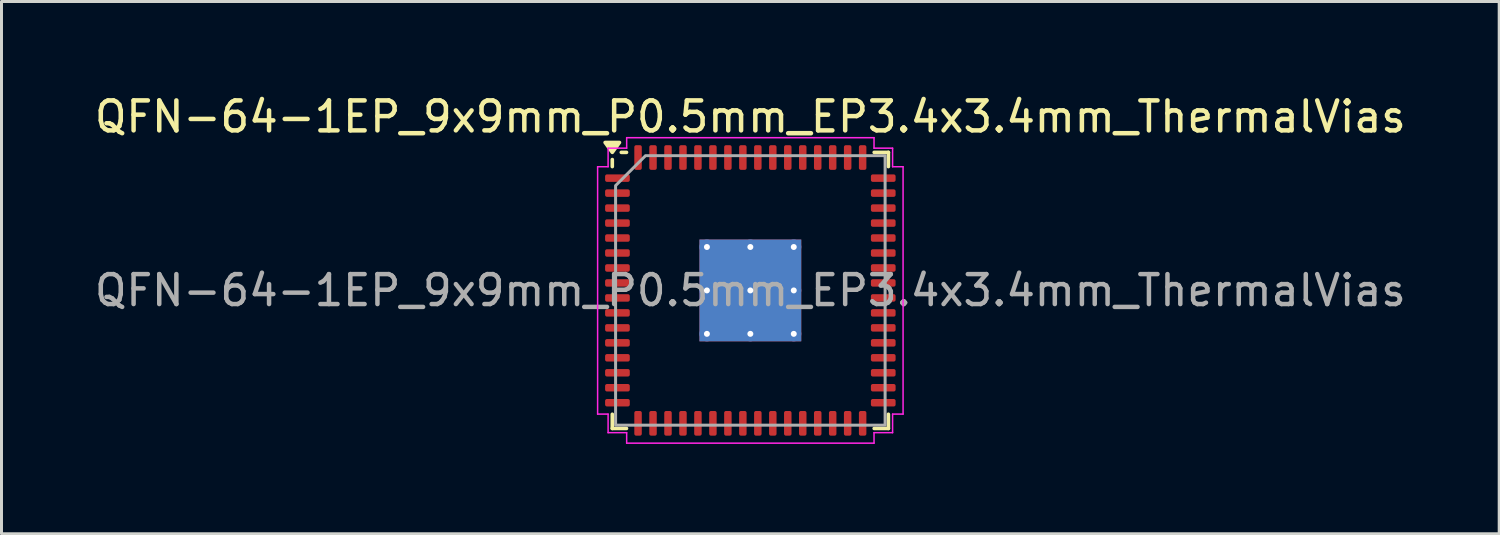
<source format=kicad_pcb>
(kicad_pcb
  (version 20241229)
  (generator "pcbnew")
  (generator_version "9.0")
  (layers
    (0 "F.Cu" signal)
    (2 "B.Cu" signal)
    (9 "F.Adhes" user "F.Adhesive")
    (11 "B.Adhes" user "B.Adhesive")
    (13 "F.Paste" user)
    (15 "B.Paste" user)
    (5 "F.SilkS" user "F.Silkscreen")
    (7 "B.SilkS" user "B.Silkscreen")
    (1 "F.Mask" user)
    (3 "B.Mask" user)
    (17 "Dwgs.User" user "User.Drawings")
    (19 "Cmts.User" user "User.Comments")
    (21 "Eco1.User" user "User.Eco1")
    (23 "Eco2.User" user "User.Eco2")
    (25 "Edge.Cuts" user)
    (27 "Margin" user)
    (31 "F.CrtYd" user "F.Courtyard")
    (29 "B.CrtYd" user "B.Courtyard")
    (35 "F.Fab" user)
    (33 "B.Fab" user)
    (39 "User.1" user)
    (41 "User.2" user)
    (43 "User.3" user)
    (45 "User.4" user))
  (footprint "QFN-64-1EP_9x9mm_P0.5mm_EP3.4x3.4mm_ThermalVias"
    (layer "F.Cu")
    (at 22.006 6.648)
    (property "Reference" "QFN-64-1EP_9x9mm_P0.5mm_EP3.4x3.4mm_ThermalVias" (at 0 -5.8 0) (layer "F.SilkS") (effects (font (size 1 1) (thickness 0.15))))
    (attr smd)
    (fp_line (start -4.61 -4.135) (end -4.61 -4.37) (stroke (width 0.12) (type solid)) (layer "F.SilkS"))
    (fp_line (start -4.61 4.61) (end -4.61 4.135) (stroke (width 0.12) (type solid)) (layer "F.SilkS"))
    (fp_line (start -4.135 -4.61) (end -4.31 -4.61) (stroke (width 0.12) (type solid)) (layer "F.SilkS"))
    (fp_line (start -4.135 4.61) (end -4.61 4.61) (stroke (width 0.12) (type solid)) (layer "F.SilkS"))
    (fp_line (start 4.135 -4.61) (end 4.61 -4.61) (stroke (width 0.12) (type solid)) (layer "F.SilkS"))
    (fp_line (start 4.135 4.61) (end 4.61 4.61) (stroke (width 0.12) (type solid)) (layer "F.SilkS"))
    (fp_line (start 4.61 -4.61) (end 4.61 -4.135) (stroke (width 0.12) (type solid)) (layer "F.SilkS"))
    (fp_line (start 4.61 4.61) (end 4.61 4.135) (stroke (width 0.12) (type solid)) (layer "F.SilkS"))
    (fp_poly (pts (xy -4.61 -4.61) (xy -4.85 -4.94) (xy -4.37 -4.94)) (stroke (width 0.12) (type solid)) (fill yes) (layer "F.SilkS"))
    (fp_line (start -5.1 -4.13) (end -4.75 -4.13) (stroke (width 0.05) (type solid)) (layer "F.CrtYd"))
    (fp_line (start -5.1 4.13) (end -5.1 -4.13) (stroke (width 0.05) (type solid)) (layer "F.CrtYd"))
    (fp_line (start -4.75 -4.75) (end -4.13 -4.75) (stroke (width 0.05) (type solid)) (layer "F.CrtYd"))
    (fp_line (start -4.75 -4.13) (end -4.75 -4.75) (stroke (width 0.05) (type solid)) (layer "F.CrtYd"))
    (fp_line (start -4.75 4.13) (end -5.1 4.13) (stroke (width 0.05) (type solid)) (layer "F.CrtYd"))
    (fp_line (start -4.75 4.75) (end -4.75 4.13) (stroke (width 0.05) (type solid)) (layer "F.CrtYd"))
    (fp_line (start -4.13 -5.1) (end 4.13 -5.1) (stroke (width 0.05) (type solid)) (layer "F.CrtYd"))
    (fp_line (start -4.13 -4.75) (end -4.13 -5.1) (stroke (width 0.05) (type solid)) (layer "F.CrtYd"))
    (fp_line (start -4.13 4.75) (end -4.75 4.75) (stroke (width 0.05) (type solid)) (layer "F.CrtYd"))
    (fp_line (start -4.13 5.1) (end -4.13 4.75) (stroke (width 0.05) (type solid)) (layer "F.CrtYd"))
    (fp_line (start 4.13 -5.1) (end 4.13 -4.75) (stroke (width 0.05) (type solid)) (layer "F.CrtYd"))
    (fp_line (start 4.13 -4.75) (end 4.75 -4.75) (stroke (width 0.05) (type solid)) (layer "F.CrtYd"))
    (fp_line (start 4.13 4.75) (end 4.13 5.1) (stroke (width 0.05) (type solid)) (layer "F.CrtYd"))
    (fp_line (start 4.13 5.1) (end -4.13 5.1) (stroke (width 0.05) (type solid)) (layer "F.CrtYd"))
    (fp_line (start 4.75 -4.75) (end 4.75 -4.13) (stroke (width 0.05) (type solid)) (layer "F.CrtYd"))
    (fp_line (start 4.75 -4.13) (end 5.1 -4.13) (stroke (width 0.05) (type solid)) (layer "F.CrtYd"))
    (fp_line (start 4.75 4.13) (end 4.75 4.75) (stroke (width 0.05) (type solid)) (layer "F.CrtYd"))
    (fp_line (start 4.75 4.75) (end 4.13 4.75) (stroke (width 0.05) (type solid)) (layer "F.CrtYd"))
    (fp_line (start 5.1 -4.13) (end 5.1 4.13) (stroke (width 0.05) (type solid)) (layer "F.CrtYd"))
    (fp_line (start 5.1 4.13) (end 4.75 4.13) (stroke (width 0.05) (type solid)) (layer "F.CrtYd"))
    (fp_poly (pts (xy -4.5 -3.5) (xy -4.5 4.5) (xy 4.5 4.5) (xy 4.5 -4.5) (xy -3.5 -4.5)) (stroke (width 0.1) (type solid)) (fill no) (layer "F.Fab"))
    (fp_text user "${REFERENCE}" (at 0 0 0) (layer "F.Fab") (effects (font (size 1 1) (thickness 0.15))))
    (pad "" smd roundrect (at -1.13 -1.13) (size 0.91 0.91) (layers "F.Paste") (roundrect_rratio 0.25))
    (pad "" smd roundrect (at -1.13 0) (size 0.91 0.91) (layers "F.Paste") (roundrect_rratio 0.25))
    (pad "" smd roundrect (at -1.13 1.13) (size 0.91 0.91) (layers "F.Paste") (roundrect_rratio 0.25))
    (pad "" smd roundrect (at 0 -1.13) (size 0.91 0.91) (layers "F.Paste") (roundrect_rratio 0.25))
    (pad "" smd roundrect (at 0 0) (size 0.91 0.91) (layers "F.Paste") (roundrect_rratio 0.25))
    (pad "" smd roundrect (at 0 1.13) (size 0.91 0.91) (layers "F.Paste") (roundrect_rratio 0.25))
    (pad "" smd roundrect (at 1.13 -1.13) (size 0.91 0.91) (layers "F.Paste") (roundrect_rratio 0.25))
    (pad "" smd roundrect (at 1.13 0) (size 0.91 0.91) (layers "F.Paste") (roundrect_rratio 0.25))
    (pad "" smd roundrect (at 1.13 1.13) (size 0.91 0.91) (layers "F.Paste") (roundrect_rratio 0.25))
    (pad "1" smd roundrect (at -4.438 -3.75) (size 0.825 0.25) (layers "F.Cu" "F.Mask" "F.Paste") (roundrect_rratio 0.25))
    (pad "2" smd roundrect (at -4.438 -3.25) (size 0.825 0.25) (layers "F.Cu" "F.Mask" "F.Paste") (roundrect_rratio 0.25))
    (pad "3" smd roundrect (at -4.438 -2.75) (size 0.825 0.25) (layers "F.Cu" "F.Mask" "F.Paste") (roundrect_rratio 0.25))
    (pad "4" smd roundrect (at -4.438 -2.25) (size 0.825 0.25) (layers "F.Cu" "F.Mask" "F.Paste") (roundrect_rratio 0.25))
    (pad "5" smd roundrect (at -4.438 -1.75) (size 0.825 0.25) (layers "F.Cu" "F.Mask" "F.Paste") (roundrect_rratio 0.25))
    (pad "6" smd roundrect (at -4.438 -1.25) (size 0.825 0.25) (layers "F.Cu" "F.Mask" "F.Paste") (roundrect_rratio 0.25))
    (pad "7" smd roundrect (at -4.438 -0.75) (size 0.825 0.25) (layers "F.Cu" "F.Mask" "F.Paste") (roundrect_rratio 0.25))
    (pad "8" smd roundrect (at -4.438 -0.25) (size 0.825 0.25) (layers "F.Cu" "F.Mask" "F.Paste") (roundrect_rratio 0.25))
    (pad "9" smd roundrect (at -4.438 0.25) (size 0.825 0.25) (layers "F.Cu" "F.Mask" "F.Paste") (roundrect_rratio 0.25))
    (pad "10" smd roundrect (at -4.438 0.75) (size 0.825 0.25) (layers "F.Cu" "F.Mask" "F.Paste") (roundrect_rratio 0.25))
    (pad "11" smd roundrect (at -4.438 1.25) (size 0.825 0.25) (layers "F.Cu" "F.Mask" "F.Paste") (roundrect_rratio 0.25))
    (pad "12" smd roundrect (at -4.438 1.75) (size 0.825 0.25) (layers "F.Cu" "F.Mask" "F.Paste") (roundrect_rratio 0.25))
    (pad "13" smd roundrect (at -4.438 2.25) (size 0.825 0.25) (layers "F.Cu" "F.Mask" "F.Paste") (roundrect_rratio 0.25))
    (pad "14" smd roundrect (at -4.438 2.75) (size 0.825 0.25) (layers "F.Cu" "F.Mask" "F.Paste") (roundrect_rratio 0.25))
    (pad "15" smd roundrect (at -4.438 3.25) (size 0.825 0.25) (layers "F.Cu" "F.Mask" "F.Paste") (roundrect_rratio 0.25))
    (pad "16" smd roundrect (at -4.438 3.75) (size 0.825 0.25) (layers "F.Cu" "F.Mask" "F.Paste") (roundrect_rratio 0.25))
    (pad "17" smd roundrect (at -3.75 4.438) (size 0.25 0.825) (layers "F.Cu" "F.Mask" "F.Paste") (roundrect_rratio 0.25))
    (pad "18" smd roundrect (at -3.25 4.438) (size 0.25 0.825) (layers "F.Cu" "F.Mask" "F.Paste") (roundrect_rratio 0.25))
    (pad "19" smd roundrect (at -2.75 4.438) (size 0.25 0.825) (layers "F.Cu" "F.Mask" "F.Paste") (roundrect_rratio 0.25))
    (pad "20" smd roundrect (at -2.25 4.438) (size 0.25 0.825) (layers "F.Cu" "F.Mask" "F.Paste") (roundrect_rratio 0.25))
    (pad "21" smd roundrect (at -1.75 4.438) (size 0.25 0.825) (layers "F.Cu" "F.Mask" "F.Paste") (roundrect_rratio 0.25))
    (pad "22" smd roundrect (at -1.25 4.438) (size 0.25 0.825) (layers "F.Cu" "F.Mask" "F.Paste") (roundrect_rratio 0.25))
    (pad "23" smd roundrect (at -0.75 4.438) (size 0.25 0.825) (layers "F.Cu" "F.Mask" "F.Paste") (roundrect_rratio 0.25))
    (pad "24" smd roundrect (at -0.25 4.438) (size 0.25 0.825) (layers "F.Cu" "F.Mask" "F.Paste") (roundrect_rratio 0.25))
    (pad "25" smd roundrect (at 0.25 4.438) (size 0.25 0.825) (layers "F.Cu" "F.Mask" "F.Paste") (roundrect_rratio 0.25))
    (pad "26" smd roundrect (at 0.75 4.438) (size 0.25 0.825) (layers "F.Cu" "F.Mask" "F.Paste") (roundrect_rratio 0.25))
    (pad "27" smd roundrect (at 1.25 4.438) (size 0.25 0.825) (layers "F.Cu" "F.Mask" "F.Paste") (roundrect_rratio 0.25))
    (pad "28" smd roundrect (at 1.75 4.438) (size 0.25 0.825) (layers "F.Cu" "F.Mask" "F.Paste") (roundrect_rratio 0.25))
    (pad "29" smd roundrect (at 2.25 4.438) (size 0.25 0.825) (layers "F.Cu" "F.Mask" "F.Paste") (roundrect_rratio 0.25))
    (pad "30" smd roundrect (at 2.75 4.438) (size 0.25 0.825) (layers "F.Cu" "F.Mask" "F.Paste") (roundrect_rratio 0.25))
    (pad "31" smd roundrect (at 3.25 4.438) (size 0.25 0.825) (layers "F.Cu" "F.Mask" "F.Paste") (roundrect_rratio 0.25))
    (pad "32" smd roundrect (at 3.75 4.438) (size 0.25 0.825) (layers "F.Cu" "F.Mask" "F.Paste") (roundrect_rratio 0.25))
    (pad "33" smd roundrect (at 4.438 3.75) (size 0.825 0.25) (layers "F.Cu" "F.Mask" "F.Paste") (roundrect_rratio 0.25))
    (pad "34" smd roundrect (at 4.438 3.25) (size 0.825 0.25) (layers "F.Cu" "F.Mask" "F.Paste") (roundrect_rratio 0.25))
    (pad "35" smd roundrect (at 4.438 2.75) (size 0.825 0.25) (layers "F.Cu" "F.Mask" "F.Paste") (roundrect_rratio 0.25))
    (pad "36" smd roundrect (at 4.438 2.25) (size 0.825 0.25) (layers "F.Cu" "F.Mask" "F.Paste") (roundrect_rratio 0.25))
    (pad "37" smd roundrect (at 4.438 1.75) (size 0.825 0.25) (layers "F.Cu" "F.Mask" "F.Paste") (roundrect_rratio 0.25))
    (pad "38" smd roundrect (at 4.438 1.25) (size 0.825 0.25) (layers "F.Cu" "F.Mask" "F.Paste") (roundrect_rratio 0.25))
    (pad "39" smd roundrect (at 4.438 0.75) (size 0.825 0.25) (layers "F.Cu" "F.Mask" "F.Paste") (roundrect_rratio 0.25))
    (pad "40" smd roundrect (at 4.438 0.25) (size 0.825 0.25) (layers "F.Cu" "F.Mask" "F.Paste") (roundrect_rratio 0.25))
    (pad "41" smd roundrect (at 4.438 -0.25) (size 0.825 0.25) (layers "F.Cu" "F.Mask" "F.Paste") (roundrect_rratio 0.25))
    (pad "42" smd roundrect (at 4.438 -0.75) (size 0.825 0.25) (layers "F.Cu" "F.Mask" "F.Paste") (roundrect_rratio 0.25))
    (pad "43" smd roundrect (at 4.438 -1.25) (size 0.825 0.25) (layers "F.Cu" "F.Mask" "F.Paste") (roundrect_rratio 0.25))
    (pad "44" smd roundrect (at 4.438 -1.75) (size 0.825 0.25) (layers "F.Cu" "F.Mask" "F.Paste") (roundrect_rratio 0.25))
    (pad "45" smd roundrect (at 4.438 -2.25) (size 0.825 0.25) (layers "F.Cu" "F.Mask" "F.Paste") (roundrect_rratio 0.25))
    (pad "46" smd roundrect (at 4.438 -2.75) (size 0.825 0.25) (layers "F.Cu" "F.Mask" "F.Paste") (roundrect_rratio 0.25))
    (pad "47" smd roundrect (at 4.438 -3.25) (size 0.825 0.25) (layers "F.Cu" "F.Mask" "F.Paste") (roundrect_rratio 0.25))
    (pad "48" smd roundrect (at 4.438 -3.75) (size 0.825 0.25) (layers "F.Cu" "F.Mask" "F.Paste") (roundrect_rratio 0.25))
    (pad "49" smd roundrect (at 3.75 -4.438) (size 0.25 0.825) (layers "F.Cu" "F.Mask" "F.Paste") (roundrect_rratio 0.25))
    (pad "50" smd roundrect (at 3.25 -4.438) (size 0.25 0.825) (layers "F.Cu" "F.Mask" "F.Paste") (roundrect_rratio 0.25))
    (pad "51" smd roundrect (at 2.75 -4.438) (size 0.25 0.825) (layers "F.Cu" "F.Mask" "F.Paste") (roundrect_rratio 0.25))
    (pad "52" smd roundrect (at 2.25 -4.438) (size 0.25 0.825) (layers "F.Cu" "F.Mask" "F.Paste") (roundrect_rratio 0.25))
    (pad "53" smd roundrect (at 1.75 -4.438) (size 0.25 0.825) (layers "F.Cu" "F.Mask" "F.Paste") (roundrect_rratio 0.25))
    (pad "54" smd roundrect (at 1.25 -4.438) (size 0.25 0.825) (layers "F.Cu" "F.Mask" "F.Paste") (roundrect_rratio 0.25))
    (pad "55" smd roundrect (at 0.75 -4.438) (size 0.25 0.825) (layers "F.Cu" "F.Mask" "F.Paste") (roundrect_rratio 0.25))
    (pad "56" smd roundrect (at 0.25 -4.438) (size 0.25 0.825) (layers "F.Cu" "F.Mask" "F.Paste") (roundrect_rratio 0.25))
    (pad "57" smd roundrect (at -0.25 -4.438) (size 0.25 0.825) (layers "F.Cu" "F.Mask" "F.Paste") (roundrect_rratio 0.25))
    (pad "58" smd roundrect (at -0.75 -4.438) (size 0.25 0.825) (layers "F.Cu" "F.Mask" "F.Paste") (roundrect_rratio 0.25))
    (pad "59" smd roundrect (at -1.25 -4.438) (size 0.25 0.825) (layers "F.Cu" "F.Mask" "F.Paste") (roundrect_rratio 0.25))
    (pad "60" smd roundrect (at -1.75 -4.438) (size 0.25 0.825) (layers "F.Cu" "F.Mask" "F.Paste") (roundrect_rratio 0.25))
    (pad "61" smd roundrect (at -2.25 -4.438) (size 0.25 0.825) (layers "F.Cu" "F.Mask" "F.Paste") (roundrect_rratio 0.25))
    (pad "62" smd roundrect (at -2.75 -4.438) (size 0.25 0.825) (layers "F.Cu" "F.Mask" "F.Paste") (roundrect_rratio 0.25))
    (pad "63" smd roundrect (at -3.25 -4.438) (size 0.25 0.825) (layers "F.Cu" "F.Mask" "F.Paste") (roundrect_rratio 0.25))
    (pad "64" smd roundrect (at -3.75 -4.438) (size 0.25 0.825) (layers "F.Cu" "F.Mask" "F.Paste") (roundrect_rratio 0.25))
    (pad "65" thru_hole circle (at -1.45 -1.45) (size 0.5 0.5) (drill 0.2) (property pad_prop_heatsink) (layers "*.Cu"))
    (pad "65" thru_hole circle (at -1.45 0) (size 0.5 0.5) (drill 0.2) (property pad_prop_heatsink) (layers "*.Cu"))
    (pad "65" thru_hole circle (at -1.45 1.45) (size 0.5 0.5) (drill 0.2) (property pad_prop_heatsink) (layers "*.Cu"))
    (pad "65" thru_hole circle (at 0 -1.45) (size 0.5 0.5) (drill 0.2) (property pad_prop_heatsink) (layers "*.Cu"))
    (pad "65" thru_hole circle (at 0 0) (size 0.5 0.5) (drill 0.2) (property pad_prop_heatsink) (layers "*.Cu"))
    (pad "65" smd rect (at 0 0) (size 3.4 3.4) (property pad_prop_heatsink) (layers "F.Cu" "F.Mask"))
    (pad "65" smd rect (at 0 0) (size 3.4 3.4) (property pad_prop_heatsink) (layers "B.Cu"))
    (pad "65" thru_hole circle (at 0 1.45) (size 0.5 0.5) (drill 0.2) (property pad_prop_heatsink) (layers "*.Cu"))
    (pad "65" thru_hole circle (at 1.45 -1.45) (size 0.5 0.5) (drill 0.2) (property pad_prop_heatsink) (layers "*.Cu"))
    (pad "65" thru_hole circle (at 1.45 0) (size 0.5 0.5) (drill 0.2) (property pad_prop_heatsink) (layers "*.Cu"))
    (pad "65" thru_hole circle (at 1.45 1.45) (size 0.5 0.5) (drill 0.2) (property pad_prop_heatsink) (layers "*.Cu")))
  (gr_rect
    (start -3 -3)
    (end 47.012 14.773)
    (stroke (width 0.1) (type default))
    (fill no)
    (layer "Edge.Cuts")))
</source>
